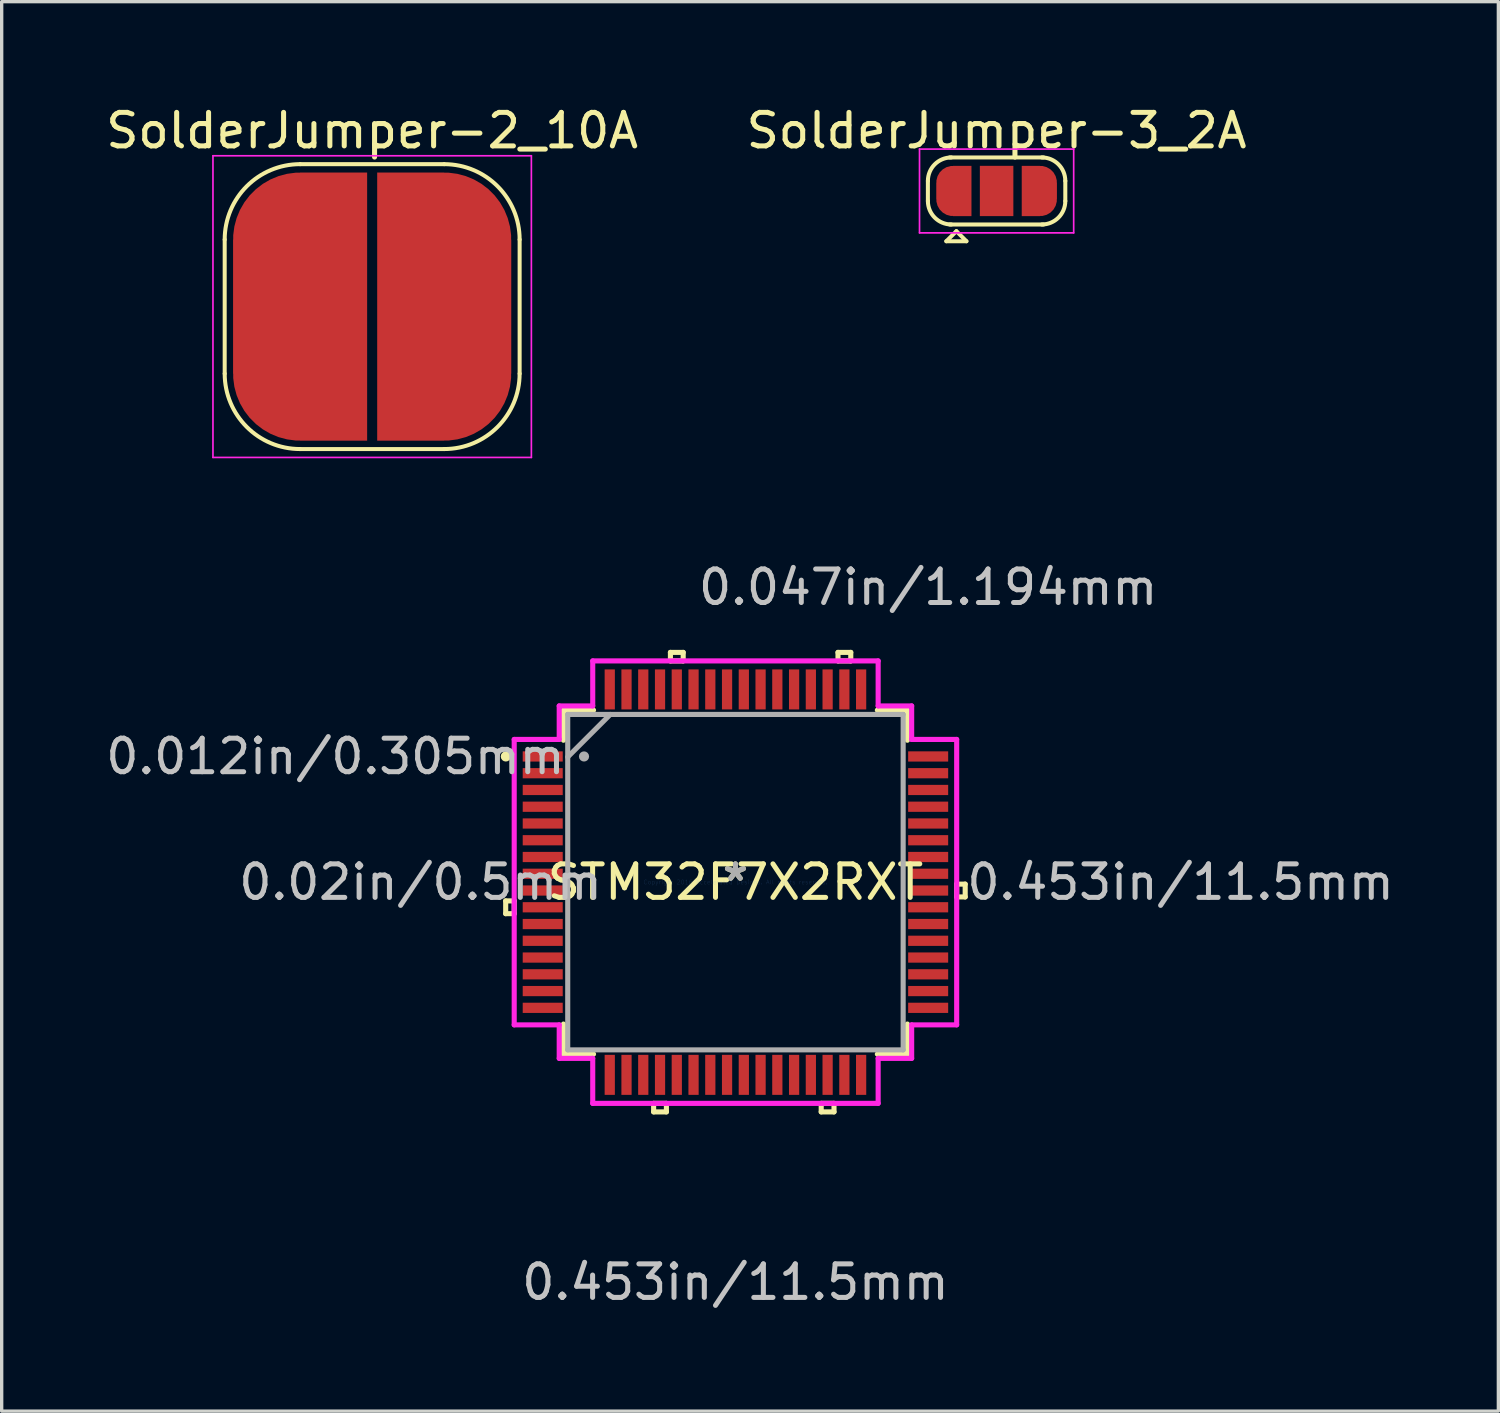
<source format=kicad_pcb>
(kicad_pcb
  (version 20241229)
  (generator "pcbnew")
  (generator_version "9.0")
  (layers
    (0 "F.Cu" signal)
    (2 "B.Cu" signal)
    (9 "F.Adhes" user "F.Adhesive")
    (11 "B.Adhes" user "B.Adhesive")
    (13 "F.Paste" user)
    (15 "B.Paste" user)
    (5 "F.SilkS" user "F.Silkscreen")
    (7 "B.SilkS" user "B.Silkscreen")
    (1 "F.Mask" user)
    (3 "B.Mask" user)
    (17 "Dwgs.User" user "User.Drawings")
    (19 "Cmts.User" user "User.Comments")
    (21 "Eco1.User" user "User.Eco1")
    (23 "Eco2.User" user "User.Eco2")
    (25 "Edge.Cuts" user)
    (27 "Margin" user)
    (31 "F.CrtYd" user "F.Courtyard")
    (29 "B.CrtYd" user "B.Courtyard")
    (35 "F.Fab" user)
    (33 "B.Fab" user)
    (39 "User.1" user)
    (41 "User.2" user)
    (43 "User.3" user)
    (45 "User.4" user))
  (footprint "STM32F7X2RXT"
    (layer "F.Cu")
    (at 18.893 23.27)
    (property "Reference" "STM32F7X2RXT" (at 0 0 0) (layer "F.SilkS") (effects (font (size 1 1) (thickness 0.15))))
    (attr through_hole)
    (fp_line (start -6.855 0.56) (end -6.855 0.941) (stroke (width 0.152) (type solid)) (layer "F.SilkS"))
    (fp_line (start -6.855 0.941) (end -6.601 0.941) (stroke (width 0.152) (type solid)) (layer "F.SilkS"))
    (fp_line (start -6.601 0.56) (end -6.855 0.56) (stroke (width 0.152) (type solid)) (layer "F.SilkS"))
    (fp_line (start -6.601 0.941) (end -6.601 0.56) (stroke (width 0.152) (type solid)) (layer "F.SilkS"))
    (fp_line (start -5.131 -5.131) (end -5.131 -4.234) (stroke (width 0.152) (type solid)) (layer "F.SilkS"))
    (fp_line (start -5.131 4.234) (end -5.131 5.131) (stroke (width 0.152) (type solid)) (layer "F.SilkS"))
    (fp_line (start -5.131 5.131) (end -4.234 5.131) (stroke (width 0.152) (type solid)) (layer "F.SilkS"))
    (fp_line (start -4.234 -5.131) (end -5.131 -5.131) (stroke (width 0.152) (type solid)) (layer "F.SilkS"))
    (fp_line (start -2.441 6.601) (end -2.441 6.855) (stroke (width 0.152) (type solid)) (layer "F.SilkS"))
    (fp_line (start -2.441 6.855) (end -2.06 6.855) (stroke (width 0.152) (type solid)) (layer "F.SilkS"))
    (fp_line (start -2.06 6.601) (end -2.441 6.601) (stroke (width 0.152) (type solid)) (layer "F.SilkS"))
    (fp_line (start -2.06 6.855) (end -2.06 6.601) (stroke (width 0.152) (type solid)) (layer "F.SilkS"))
    (fp_line (start -1.94 -6.855) (end -1.559 -6.855) (stroke (width 0.152) (type solid)) (layer "F.SilkS"))
    (fp_line (start -1.94 -6.601) (end -1.94 -6.855) (stroke (width 0.152) (type solid)) (layer "F.SilkS"))
    (fp_line (start -1.559 -6.855) (end -1.559 -6.601) (stroke (width 0.152) (type solid)) (layer "F.SilkS"))
    (fp_line (start -1.559 -6.601) (end -1.94 -6.601) (stroke (width 0.152) (type solid)) (layer "F.SilkS"))
    (fp_line (start 2.559 6.601) (end 2.559 6.855) (stroke (width 0.152) (type solid)) (layer "F.SilkS"))
    (fp_line (start 2.559 6.855) (end 2.941 6.855) (stroke (width 0.152) (type solid)) (layer "F.SilkS"))
    (fp_line (start 2.941 6.601) (end 2.559 6.601) (stroke (width 0.152) (type solid)) (layer "F.SilkS"))
    (fp_line (start 2.941 6.855) (end 2.941 6.601) (stroke (width 0.152) (type solid)) (layer "F.SilkS"))
    (fp_line (start 3.06 -6.855) (end 3.441 -6.855) (stroke (width 0.152) (type solid)) (layer "F.SilkS"))
    (fp_line (start 3.06 -6.601) (end 3.06 -6.855) (stroke (width 0.152) (type solid)) (layer "F.SilkS"))
    (fp_line (start 3.441 -6.855) (end 3.441 -6.601) (stroke (width 0.152) (type solid)) (layer "F.SilkS"))
    (fp_line (start 3.441 -6.601) (end 3.06 -6.601) (stroke (width 0.152) (type solid)) (layer "F.SilkS"))
    (fp_line (start 4.234 5.131) (end 5.131 5.131) (stroke (width 0.152) (type solid)) (layer "F.SilkS"))
    (fp_line (start 5.131 -5.131) (end 4.234 -5.131) (stroke (width 0.152) (type solid)) (layer "F.SilkS"))
    (fp_line (start 5.131 -4.234) (end 5.131 -5.131) (stroke (width 0.152) (type solid)) (layer "F.SilkS"))
    (fp_line (start 5.131 5.131) (end 5.131 4.234) (stroke (width 0.152) (type solid)) (layer "F.SilkS"))
    (fp_line (start 6.601 0.059) (end 6.855 0.059) (stroke (width 0.152) (type solid)) (layer "F.SilkS"))
    (fp_line (start 6.601 0.441) (end 6.601 0.059) (stroke (width 0.152) (type solid)) (layer "F.SilkS"))
    (fp_line (start 6.855 0.059) (end 6.855 0.441) (stroke (width 0.152) (type solid)) (layer "F.SilkS"))
    (fp_line (start 6.855 0.441) (end 6.601 0.441) (stroke (width 0.152) (type solid)) (layer "F.SilkS"))
    (fp_circle (center -6.851 -3.75) (end -6.775 -3.75) (stroke (width 0.152) (type solid)) (fill no) (layer "F.SilkS"))
    (fp_line (start -6.601 -4.258) (end -5.258 -4.258) (stroke (width 0.152) (type solid)) (layer "F.CrtYd"))
    (fp_line (start -6.601 4.258) (end -6.601 -4.258) (stroke (width 0.152) (type solid)) (layer "F.CrtYd"))
    (fp_line (start -5.258 -5.258) (end -4.258 -5.258) (stroke (width 0.152) (type solid)) (layer "F.CrtYd"))
    (fp_line (start -5.258 -4.258) (end -5.258 -5.258) (stroke (width 0.152) (type solid)) (layer "F.CrtYd"))
    (fp_line (start -5.258 4.258) (end -6.601 4.258) (stroke (width 0.152) (type solid)) (layer "F.CrtYd"))
    (fp_line (start -5.258 5.258) (end -5.258 4.258) (stroke (width 0.152) (type solid)) (layer "F.CrtYd"))
    (fp_line (start -4.258 -6.601) (end 4.258 -6.601) (stroke (width 0.152) (type solid)) (layer "F.CrtYd"))
    (fp_line (start -4.258 -5.258) (end -4.258 -6.601) (stroke (width 0.152) (type solid)) (layer "F.CrtYd"))
    (fp_line (start -4.258 5.258) (end -5.258 5.258) (stroke (width 0.152) (type solid)) (layer "F.CrtYd"))
    (fp_line (start -4.258 6.601) (end -4.258 5.258) (stroke (width 0.152) (type solid)) (layer "F.CrtYd"))
    (fp_line (start 4.258 -6.601) (end 4.258 -5.258) (stroke (width 0.152) (type solid)) (layer "F.CrtYd"))
    (fp_line (start 4.258 -5.258) (end 5.258 -5.258) (stroke (width 0.152) (type solid)) (layer "F.CrtYd"))
    (fp_line (start 4.258 5.258) (end 4.258 6.601) (stroke (width 0.152) (type solid)) (layer "F.CrtYd"))
    (fp_line (start 4.258 6.601) (end -4.258 6.601) (stroke (width 0.152) (type solid)) (layer "F.CrtYd"))
    (fp_line (start 5.258 -5.258) (end 5.258 -4.258) (stroke (width 0.152) (type solid)) (layer "F.CrtYd"))
    (fp_line (start 5.258 -4.258) (end 6.601 -4.258) (stroke (width 0.152) (type solid)) (layer "F.CrtYd"))
    (fp_line (start 5.258 4.258) (end 5.258 5.258) (stroke (width 0.152) (type solid)) (layer "F.CrtYd"))
    (fp_line (start 5.258 5.258) (end 4.258 5.258) (stroke (width 0.152) (type solid)) (layer "F.CrtYd"))
    (fp_line (start 6.601 -4.258) (end 6.601 4.258) (stroke (width 0.152) (type solid)) (layer "F.CrtYd"))
    (fp_line (start 6.601 4.258) (end 5.258 4.258) (stroke (width 0.152) (type solid)) (layer "F.CrtYd"))
    (fp_line (start -5.004 -5.004) (end -5.004 5.004) (stroke (width 0.152) (type solid)) (layer "F.Fab"))
    (fp_line (start -5.004 -3.734) (end -3.734 -5.004) (stroke (width 0.152) (type solid)) (layer "F.Fab"))
    (fp_line (start -5.004 5.004) (end 5.004 5.004) (stroke (width 0.152) (type solid)) (layer "F.Fab"))
    (fp_line (start 5.004 -5.004) (end -5.004 -5.004) (stroke (width 0.152) (type solid)) (layer "F.Fab"))
    (fp_line (start 5.004 5.004) (end 5.004 -5.004) (stroke (width 0.152) (type solid)) (layer "F.Fab"))
    (fp_circle (center -4.518 -3.75) (end -4.442 -3.75) (stroke (width 0.152) (type solid)) (fill no) (layer "F.Fab"))
    (fp_text user "*" (at 0 0 0) (layer "F.SilkS") (effects (font (size 1 1) (thickness 0.15))))
    (fp_text user "0.453in/11.5mm" (at 13.281 0 0) (layer "Dwgs.User") (effects (font (size 1 1) (thickness 0.15))))
    (fp_text user "0.012in/0.305mm" (at -11.935 -3.75 0) (layer "Dwgs.User") (effects (font (size 1 1) (thickness 0.15))))
    (fp_text user "0.02in/0.5mm" (at -9.395 0 0) (layer "Dwgs.User") (effects (font (size 1 1) (thickness 0.15))))
    (fp_text user "0.047in/1.194mm" (at 5.75 -8.798 0) (layer "Dwgs.User") (effects (font (size 1 1) (thickness 0.15))))
    (fp_text user "0.453in/11.5mm" (at 0 11.935 0) (layer "Dwgs.User") (effects (font (size 1 1) (thickness 0.15))))
    (fp_text user "Copyright 2016 Accelerated Designs. All rights reserved." (at 0 0 0) (layer "Cmts.User") (effects (font (size 0.127 0.127) (thickness 0.002))))
    (fp_text user "*" (at 0 0 0) (layer "F.Fab") (effects (font (size 1 1) (thickness 0.15))))
    (pad "1" smd rect (at -5.75 -3.75) (size 1.194 0.305) (layers "F.Cu" "F.Mask" "F.Paste"))
    (pad "2" smd rect (at -5.75 -3.25) (size 1.194 0.305) (layers "F.Cu" "F.Mask" "F.Paste"))
    (pad "3" smd rect (at -5.75 -2.75) (size 1.194 0.305) (layers "F.Cu" "F.Mask" "F.Paste"))
    (pad "4" smd rect (at -5.75 -2.25) (size 1.194 0.305) (layers "F.Cu" "F.Mask" "F.Paste"))
    (pad "5" smd rect (at -5.75 -1.75) (size 1.194 0.305) (layers "F.Cu" "F.Mask" "F.Paste"))
    (pad "6" smd rect (at -5.75 -1.25) (size 1.194 0.305) (layers "F.Cu" "F.Mask" "F.Paste"))
    (pad "7" smd rect (at -5.75 -0.75) (size 1.194 0.305) (layers "F.Cu" "F.Mask" "F.Paste"))
    (pad "8" smd rect (at -5.75 -0.25) (size 1.194 0.305) (layers "F.Cu" "F.Mask" "F.Paste"))
    (pad "9" smd rect (at -5.75 0.25) (size 1.194 0.305) (layers "F.Cu" "F.Mask" "F.Paste"))
    (pad "10" smd rect (at -5.75 0.75) (size 1.194 0.305) (layers "F.Cu" "F.Mask" "F.Paste"))
    (pad "11" smd rect (at -5.75 1.25) (size 1.194 0.305) (layers "F.Cu" "F.Mask" "F.Paste"))
    (pad "12" smd rect (at -5.75 1.75) (size 1.194 0.305) (layers "F.Cu" "F.Mask" "F.Paste"))
    (pad "13" smd rect (at -5.75 2.25) (size 1.194 0.305) (layers "F.Cu" "F.Mask" "F.Paste"))
    (pad "14" smd rect (at -5.75 2.75) (size 1.194 0.305) (layers "F.Cu" "F.Mask" "F.Paste"))
    (pad "15" smd rect (at -5.75 3.25) (size 1.194 0.305) (layers "F.Cu" "F.Mask" "F.Paste"))
    (pad "16" smd rect (at -5.75 3.75) (size 1.194 0.305) (layers "F.Cu" "F.Mask" "F.Paste"))
    (pad "17" smd rect (at -3.75 5.75 90) (size 1.194 0.305) (layers "F.Cu" "F.Mask" "F.Paste"))
    (pad "18" smd rect (at -3.25 5.75 90) (size 1.194 0.305) (layers "F.Cu" "F.Mask" "F.Paste"))
    (pad "19" smd rect (at -2.75 5.75 90) (size 1.194 0.305) (layers "F.Cu" "F.Mask" "F.Paste"))
    (pad "20" smd rect (at -2.25 5.75 90) (size 1.194 0.305) (layers "F.Cu" "F.Mask" "F.Paste"))
    (pad "21" smd rect (at -1.75 5.75 90) (size 1.194 0.305) (layers "F.Cu" "F.Mask" "F.Paste"))
    (pad "22" smd rect (at -1.25 5.75 90) (size 1.194 0.305) (layers "F.Cu" "F.Mask" "F.Paste"))
    (pad "23" smd rect (at -0.75 5.75 90) (size 1.194 0.305) (layers "F.Cu" "F.Mask" "F.Paste"))
    (pad "24" smd rect (at -0.25 5.75 90) (size 1.194 0.305) (layers "F.Cu" "F.Mask" "F.Paste"))
    (pad "25" smd rect (at 0.25 5.75 90) (size 1.194 0.305) (layers "F.Cu" "F.Mask" "F.Paste"))
    (pad "26" smd rect (at 0.75 5.75 90) (size 1.194 0.305) (layers "F.Cu" "F.Mask" "F.Paste"))
    (pad "27" smd rect (at 1.25 5.75 90) (size 1.194 0.305) (layers "F.Cu" "F.Mask" "F.Paste"))
    (pad "28" smd rect (at 1.75 5.75 90) (size 1.194 0.305) (layers "F.Cu" "F.Mask" "F.Paste"))
    (pad "29" smd rect (at 2.25 5.75 90) (size 1.194 0.305) (layers "F.Cu" "F.Mask" "F.Paste"))
    (pad "30" smd rect (at 2.75 5.75 90) (size 1.194 0.305) (layers "F.Cu" "F.Mask" "F.Paste"))
    (pad "31" smd rect (at 3.25 5.75 90) (size 1.194 0.305) (layers "F.Cu" "F.Mask" "F.Paste"))
    (pad "32" smd rect (at 3.75 5.75 90) (size 1.194 0.305) (layers "F.Cu" "F.Mask" "F.Paste"))
    (pad "33" smd rect (at 5.75 3.75) (size 1.194 0.305) (layers "F.Cu" "F.Mask" "F.Paste"))
    (pad "34" smd rect (at 5.75 3.25) (size 1.194 0.305) (layers "F.Cu" "F.Mask" "F.Paste"))
    (pad "35" smd rect (at 5.75 2.75) (size 1.194 0.305) (layers "F.Cu" "F.Mask" "F.Paste"))
    (pad "36" smd rect (at 5.75 2.25) (size 1.194 0.305) (layers "F.Cu" "F.Mask" "F.Paste"))
    (pad "37" smd rect (at 5.75 1.75) (size 1.194 0.305) (layers "F.Cu" "F.Mask" "F.Paste"))
    (pad "38" smd rect (at 5.75 1.25) (size 1.194 0.305) (layers "F.Cu" "F.Mask" "F.Paste"))
    (pad "39" smd rect (at 5.75 0.75) (size 1.194 0.305) (layers "F.Cu" "F.Mask" "F.Paste"))
    (pad "40" smd rect (at 5.75 0.25) (size 1.194 0.305) (layers "F.Cu" "F.Mask" "F.Paste"))
    (pad "41" smd rect (at 5.75 -0.25) (size 1.194 0.305) (layers "F.Cu" "F.Mask" "F.Paste"))
    (pad "42" smd rect (at 5.75 -0.75) (size 1.194 0.305) (layers "F.Cu" "F.Mask" "F.Paste"))
    (pad "43" smd rect (at 5.75 -1.25) (size 1.194 0.305) (layers "F.Cu" "F.Mask" "F.Paste"))
    (pad "44" smd rect (at 5.75 -1.75) (size 1.194 0.305) (layers "F.Cu" "F.Mask" "F.Paste"))
    (pad "45" smd rect (at 5.75 -2.25) (size 1.194 0.305) (layers "F.Cu" "F.Mask" "F.Paste"))
    (pad "46" smd rect (at 5.75 -2.75) (size 1.194 0.305) (layers "F.Cu" "F.Mask" "F.Paste"))
    (pad "47" smd rect (at 5.75 -3.25) (size 1.194 0.305) (layers "F.Cu" "F.Mask" "F.Paste"))
    (pad "48" smd rect (at 5.75 -3.75) (size 1.194 0.305) (layers "F.Cu" "F.Mask" "F.Paste"))
    (pad "49" smd rect (at 3.75 -5.75 90) (size 1.194 0.305) (layers "F.Cu" "F.Mask" "F.Paste"))
    (pad "50" smd rect (at 3.25 -5.75 90) (size 1.194 0.305) (layers "F.Cu" "F.Mask" "F.Paste"))
    (pad "51" smd rect (at 2.75 -5.75 90) (size 1.194 0.305) (layers "F.Cu" "F.Mask" "F.Paste"))
    (pad "52" smd rect (at 2.25 -5.75 90) (size 1.194 0.305) (layers "F.Cu" "F.Mask" "F.Paste"))
    (pad "53" smd rect (at 1.75 -5.75 90) (size 1.194 0.305) (layers "F.Cu" "F.Mask" "F.Paste"))
    (pad "54" smd rect (at 1.25 -5.75 90) (size 1.194 0.305) (layers "F.Cu" "F.Mask" "F.Paste"))
    (pad "55" smd rect (at 0.75 -5.75 90) (size 1.194 0.305) (layers "F.Cu" "F.Mask" "F.Paste"))
    (pad "56" smd rect (at 0.25 -5.75 90) (size 1.194 0.305) (layers "F.Cu" "F.Mask" "F.Paste"))
    (pad "57" smd rect (at -0.25 -5.75 90) (size 1.194 0.305) (layers "F.Cu" "F.Mask" "F.Paste"))
    (pad "58" smd rect (at -0.75 -5.75 90) (size 1.194 0.305) (layers "F.Cu" "F.Mask" "F.Paste"))
    (pad "59" smd rect (at -1.25 -5.75 90) (size 1.194 0.305) (layers "F.Cu" "F.Mask" "F.Paste"))
    (pad "60" smd rect (at -1.75 -5.75 90) (size 1.194 0.305) (layers "F.Cu" "F.Mask" "F.Paste"))
    (pad "61" smd rect (at -2.25 -5.75 90) (size 1.194 0.305) (layers "F.Cu" "F.Mask" "F.Paste"))
    (pad "62" smd rect (at -2.75 -5.75 90) (size 1.194 0.305) (layers "F.Cu" "F.Mask" "F.Paste"))
    (pad "63" smd rect (at -3.25 -5.75 90) (size 1.194 0.305) (layers "F.Cu" "F.Mask" "F.Paste"))
    (pad "64" smd rect (at -3.75 -5.75 90) (size 1.194 0.305) (layers "F.Cu" "F.Mask" "F.Paste")))
  (footprint "SolderJumper-2_10A"
    (layer "F.Cu")
    (at 8.054 6.098)
    (property "Reference" "SolderJumper-2_10A" (at 0 -5.25 0) (layer "F.SilkS") (effects (font (size 1 1) (thickness 0.15))))
    (attr exclude_from_pos_files exclude_from_bom)
    (fp_poly (pts (xy 0.2 4) (xy -0.2 4) (xy -0.2 -4) (xy 0.2 -4)) (stroke (width 0) (type solid)) (fill yes) (layer "F.Mask"))
    (fp_line (start -4.4 -2) (end -4.4 2) (stroke (width 0.12) (type solid)) (layer "F.SilkS"))
    (fp_line (start -2.15 -4.25) (end 2.15 -4.25) (stroke (width 0.12) (type solid)) (layer "F.SilkS"))
    (fp_line (start -2.15 4.25) (end 2.15 4.25) (stroke (width 0.12) (type solid)) (layer "F.SilkS"))
    (fp_line (start 4.4 -2) (end 4.4 2) (stroke (width 0.12) (type solid)) (layer "F.SilkS"))
    (fp_arc (start -4.4 -2) (mid -3.74099 -3.59099) (end -2.15 -4.25) (stroke (width 0.12) (type solid)) (layer "F.SilkS"))
    (fp_arc (start -2.15 4.25) (mid -3.74099 3.59099) (end -4.4 2) (stroke (width 0.12) (type solid)) (layer "F.SilkS"))
    (fp_arc (start 2.15 -4.25) (mid 3.74099 -3.59099) (end 4.4 -2) (stroke (width 0.12) (type solid)) (layer "F.SilkS"))
    (fp_arc (start 4.4 2) (mid 3.74099 3.59099) (end 2.15 4.25) (stroke (width 0.12) (type solid)) (layer "F.SilkS"))
    (fp_line (start -4.75 -4.5) (end -4.75 4.5) (stroke (width 0.05) (type solid)) (layer "F.CrtYd"))
    (fp_line (start -4.75 -4.5) (end 4.75 -4.5) (stroke (width 0.05) (type solid)) (layer "F.CrtYd"))
    (fp_line (start 4.75 4.5) (end -4.75 4.5) (stroke (width 0.05) (type solid)) (layer "F.CrtYd"))
    (fp_line (start 4.75 4.5) (end 4.75 -4.5) (stroke (width 0.05) (type solid)) (layer "F.CrtYd"))
    (pad "1" smd custom (at -2.15 0) (size 4 4) (layers "F.Cu" "F.Mask") (options (anchor rect)) (primitives (gr_circle (center 0 2) (end 2 2) (width 0) (fill yes)) (gr_circle (center 0 -2) (end 2 -2) (width 0) (fill yes)) (gr_poly (pts (xy 0 -4) (xy 2 -4) (xy 2 4) (xy 0 4)) (width 0) (fill yes))))
    (pad "2" smd custom (at 2.15 0) (size 4 4) (layers "F.Cu" "F.Mask") (options (anchor rect)) (primitives (gr_circle (center 0 2) (end 2 2) (width 0) (fill yes)) (gr_circle (center 0 -2) (end 2 -2) (width 0) (fill yes)) (gr_poly (pts (xy 0 -4) (xy -2 -4) (xy -2 4) (xy 0 4)) (width 0) (fill yes)))))
  (footprint "SolderJumper-3_2A"
    (layer "F.Cu")
    (at 26.685 2.648)
    (property "Reference" "SolderJumper-3_2A" (at 0 -1.8 0) (layer "F.SilkS") (effects (font (size 1 1) (thickness 0.15))))
    (attr exclude_from_pos_files exclude_from_bom)
    (fp_poly (pts (xy -0.45 0.75) (xy -0.8 0.75) (xy -0.8 -0.75) (xy -0.45 -0.75)) (stroke (width 0) (type solid)) (fill yes) (layer "F.Mask"))
    (fp_poly (pts (xy 0.8 0.75) (xy 0.45 0.75) (xy 0.45 -0.75) (xy 0.8 -0.75)) (stroke (width 0) (type solid)) (fill yes) (layer "F.Mask"))
    (fp_line (start -2.05 0.3) (end -2.05 -0.3) (stroke (width 0.12) (type solid)) (layer "F.SilkS"))
    (fp_line (start -1.5 1.5) (end -0.9 1.5) (stroke (width 0.12) (type solid)) (layer "F.SilkS"))
    (fp_line (start -1.4 -1) (end 1.4 -1) (stroke (width 0.12) (type solid)) (layer "F.SilkS"))
    (fp_line (start -1.2 1.2) (end -1.5 1.5) (stroke (width 0.12) (type solid)) (layer "F.SilkS"))
    (fp_line (start -1.2 1.2) (end -0.9 1.5) (stroke (width 0.12) (type solid)) (layer "F.SilkS"))
    (fp_line (start 1.4 1) (end -1.4 1) (stroke (width 0.12) (type solid)) (layer "F.SilkS"))
    (fp_line (start 2.05 -0.3) (end 2.05 0.3) (stroke (width 0.12) (type solid)) (layer "F.SilkS"))
    (fp_arc (start -2.05 -0.3) (mid -1.844975 -0.794975) (end -1.35 -1) (stroke (width 0.12) (type solid)) (layer "F.SilkS"))
    (fp_arc (start -1.35 1) (mid -1.844975 0.794975) (end -2.05 0.3) (stroke (width 0.12) (type solid)) (layer "F.SilkS"))
    (fp_arc (start 1.35 -1) (mid 1.844975 -0.794975) (end 2.05 -0.3) (stroke (width 0.12) (type solid)) (layer "F.SilkS"))
    (fp_arc (start 2.05 0.3) (mid 1.844975 0.794975) (end 1.35 1) (stroke (width 0.12) (type solid)) (layer "F.SilkS"))
    (fp_line (start -2.3 -1.25) (end -2.3 1.25) (stroke (width 0.05) (type solid)) (layer "F.CrtYd"))
    (fp_line (start -2.3 -1.25) (end 2.3 -1.25) (stroke (width 0.05) (type solid)) (layer "F.CrtYd"))
    (fp_line (start 2.3 1.25) (end -2.3 1.25) (stroke (width 0.05) (type solid)) (layer "F.CrtYd"))
    (fp_line (start 2.3 1.25) (end 2.3 -1.25) (stroke (width 0.05) (type solid)) (layer "F.CrtYd"))
    (pad "1" smd custom (at -1.3 0) (size 1 0.5) (layers "F.Cu" "F.Mask") (options (anchor rect)) (primitives (gr_circle (center 0 0.25) (end 0.5 0.25) (width 0) (fill yes)) (gr_circle (center 0 -0.25) (end 0.5 -0.25) (width 0) (fill yes)) (gr_poly (pts (xy 0.55 -0.75) (xy 0 -0.75) (xy 0 0.75) (xy 0.55 0.75)) (width 0) (fill yes))))
    (pad "2" smd rect (at 0 0) (size 1 1.5) (layers "F.Cu" "F.Mask"))
    (pad "3" smd custom (at 1.3 0) (size 1 0.5) (layers "F.Cu" "F.Mask") (options (anchor rect)) (primitives (gr_circle (center 0 0.25) (end 0.5 0.25) (width 0) (fill yes)) (gr_circle (center 0 -0.25) (end 0.5 -0.25) (width 0) (fill yes)) (gr_poly (pts (xy -0.55 -0.75) (xy 0 -0.75) (xy 0 0.75) (xy -0.55 0.75)) (width 0) (fill yes)))))
  (gr_rect
    (start -3 -3)
    (end 41.656 39.053)
    (stroke (width 0.1) (type default))
    (fill no)
    (layer "Edge.Cuts")))
</source>
